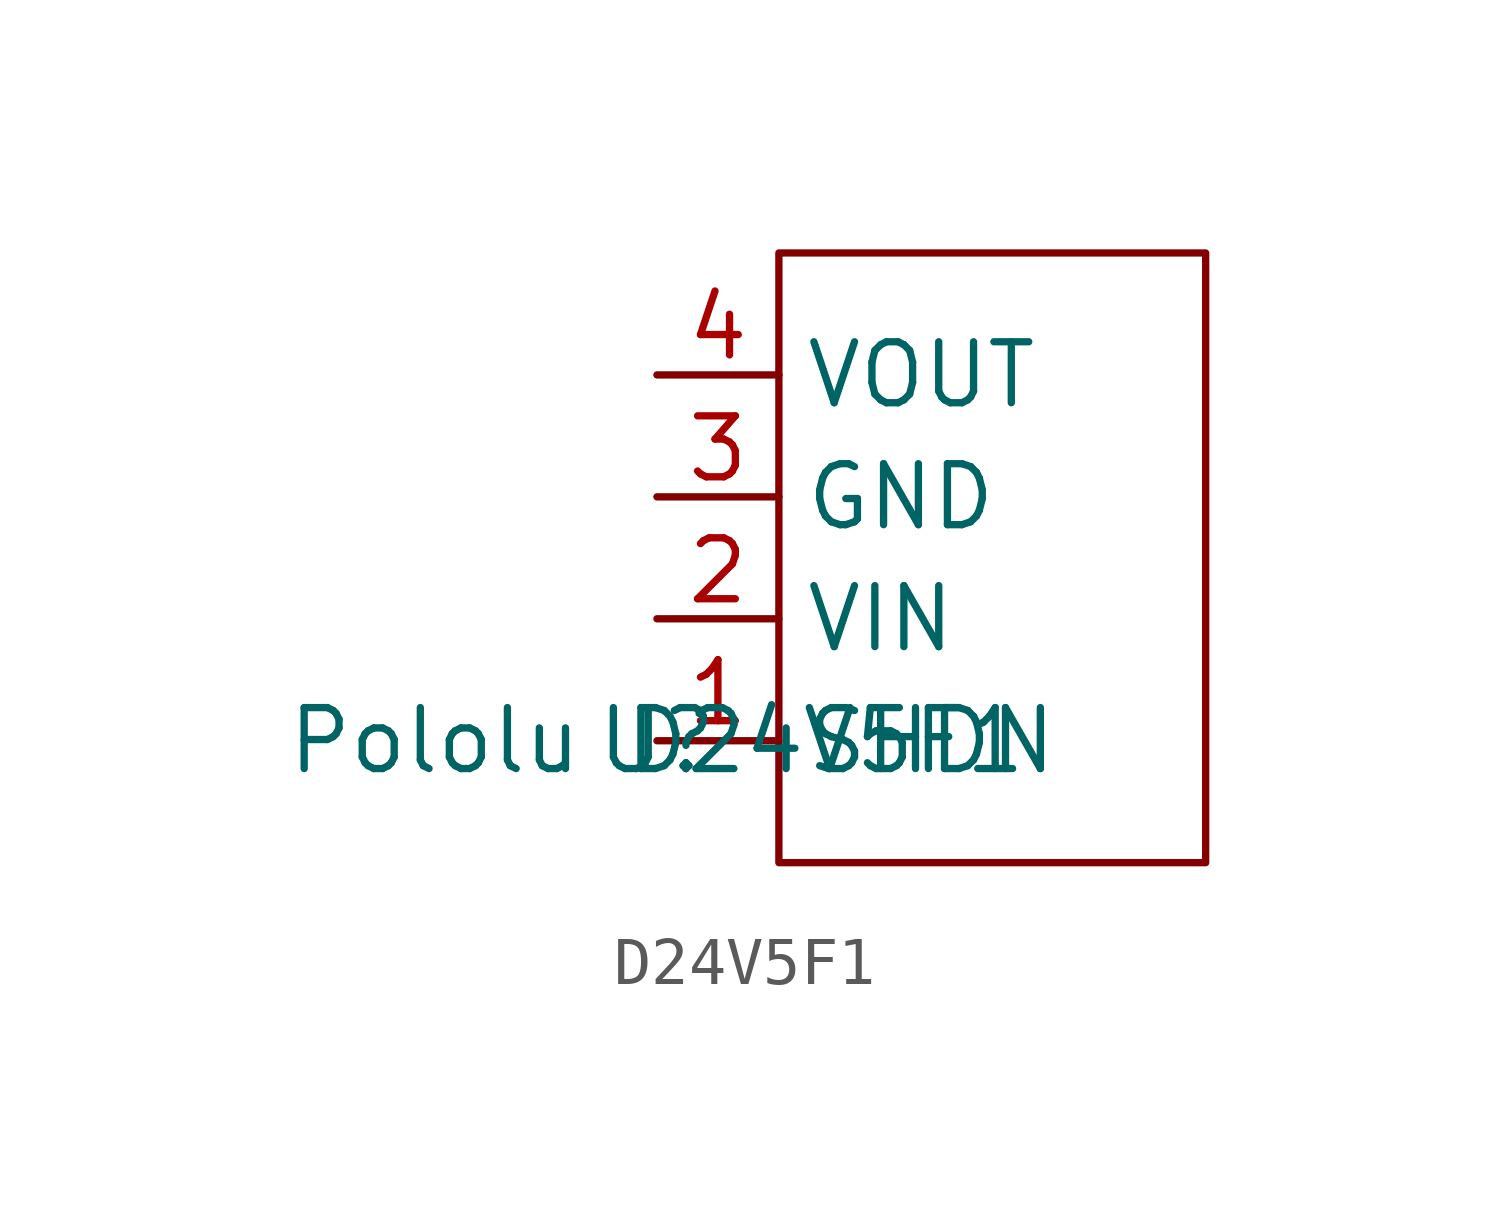
<source format=kicad_sym>
(kicad_symbol_lib
  (version 20241209)
  (generator "kicad_symbol_editor")
  (generator_version "9.0")
  (symbol "D24V5F1"
    (property "Reference" "U"
      (at 0 0 0)
      (effects (font (size 1.27 1.27))))
    (property "Value" "Pololu D24V5F1"
      (at 0 0 0)
      (effects (font (size 1.27 1.27))))
    (symbol "D24V5F1_0_0"
      (pin power_out line (at 0 7.62 0) (length 2.54) (name "VOUT" (effects (font (size 1.27 1.27)))) (number "4" (effects (font (size 1.27 1.27)))))
      (pin power_in line (at 0 5.08 0) (length 2.54) (name "GND" (effects (font (size 1.27 1.27)))) (number "3" (effects (font (size 1.27 1.27)))))
      (pin power_in line (at 0 2.54 0) (length 2.54) (name "VIN" (effects (font (size 1.27 1.27)))) (number "2" (effects (font (size 1.27 1.27)))))
      (pin input line (at 0 0 0) (length 2.54) (name "SHDN" (effects (font (size 1.27 1.27)))) (number "1" (effects (font (size 1.27 1.27))))))
    (symbol "D24V5F1_0_1"
      (rectangle (start 2.54 10.16) (end 11.43 -2.54) (stroke (width 0) (type default)) (fill (type none))))))
</source>
